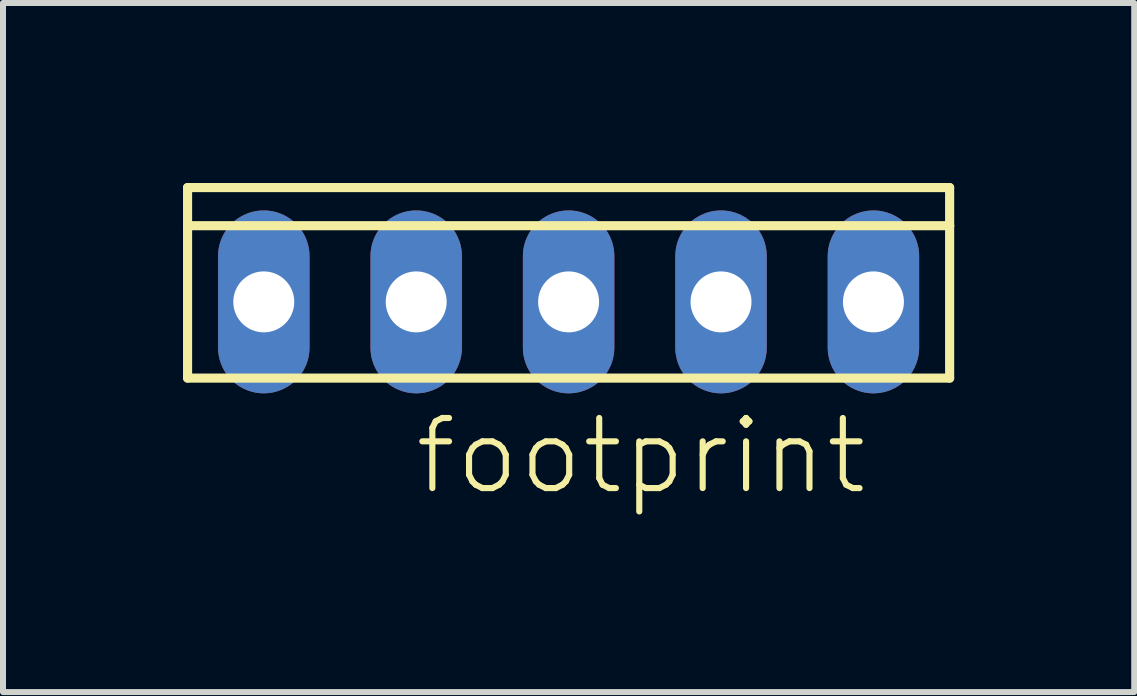
<source format=kicad_pcb>
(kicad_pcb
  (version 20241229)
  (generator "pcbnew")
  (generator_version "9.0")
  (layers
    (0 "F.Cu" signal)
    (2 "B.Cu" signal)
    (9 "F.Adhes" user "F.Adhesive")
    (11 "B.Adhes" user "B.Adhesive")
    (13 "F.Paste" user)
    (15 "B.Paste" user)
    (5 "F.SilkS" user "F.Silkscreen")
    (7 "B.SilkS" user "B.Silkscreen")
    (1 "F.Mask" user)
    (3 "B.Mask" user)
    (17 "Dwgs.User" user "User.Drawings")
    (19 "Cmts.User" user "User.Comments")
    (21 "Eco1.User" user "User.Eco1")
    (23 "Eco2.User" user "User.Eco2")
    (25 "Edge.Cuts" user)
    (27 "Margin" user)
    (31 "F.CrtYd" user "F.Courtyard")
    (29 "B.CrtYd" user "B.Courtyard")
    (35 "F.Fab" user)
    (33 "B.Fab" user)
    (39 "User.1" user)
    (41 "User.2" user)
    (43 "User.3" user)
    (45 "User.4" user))
  (footprint "footprint"
    (layer "F.Cu")
    (at 6.426 1.981)
    (property "Reference" "footprint" (at -2.616 3.251 0) (layer "F.SilkS") (effects (font (size 1.168 1.168) (thickness 0.102)) (justify left bottom)))
    (fp_line (start -6.35 -1.27) (end -6.35 -1.905) (stroke (width 0.152) (type solid)) (layer "F.SilkS"))
    (fp_line (start -6.35 1.27) (end -6.35 -1.27) (stroke (width 0.152) (type solid)) (layer "F.SilkS"))
    (fp_line (start -6.35 1.27) (end 6.35 1.27) (stroke (width 0.152) (type solid)) (layer "F.SilkS"))
    (fp_line (start 6.35 -1.905) (end -6.35 -1.905) (stroke (width 0.152) (type solid)) (layer "F.SilkS"))
    (fp_line (start 6.35 -1.905) (end 6.35 -1.27) (stroke (width 0.152) (type solid)) (layer "F.SilkS"))
    (fp_line (start 6.35 -1.27) (end -6.35 -1.27) (stroke (width 0.152) (type solid)) (layer "F.SilkS"))
    (fp_line (start 6.35 -1.27) (end 6.35 1.27) (stroke (width 0.152) (type solid)) (layer "F.SilkS"))
    (fp_poly (pts (xy -5.334 0.254) (xy -4.826 0.254) (xy -4.826 -0.254) (xy -5.334 -0.254)) (stroke (width 0) (type solid)) (fill yes) (layer "F.SilkS"))
    (fp_poly (pts (xy -2.794 0.254) (xy -2.286 0.254) (xy -2.286 -0.254) (xy -2.794 -0.254)) (stroke (width 0) (type solid)) (fill yes) (layer "F.SilkS"))
    (fp_poly (pts (xy -0.254 0.254) (xy 0.254 0.254) (xy 0.254 -0.254) (xy -0.254 -0.254)) (stroke (width 0) (type solid)) (fill yes) (layer "F.SilkS"))
    (fp_poly (pts (xy 2.286 0.254) (xy 2.794 0.254) (xy 2.794 -0.254) (xy 2.286 -0.254)) (stroke (width 0) (type solid)) (fill yes) (layer "F.SilkS"))
    (fp_poly (pts (xy 4.826 0.254) (xy 5.334 0.254) (xy 5.334 -0.254) (xy 4.826 -0.254)) (stroke (width 0) (type solid)) (fill yes) (layer "F.SilkS"))
    (pad "1" thru_hole oval (at 5.08 0 90) (size 3.048 1.524) (drill 1.016) (layers "*.Cu" "*.Mask"))
    (pad "2" thru_hole oval (at 2.54 0 90) (size 3.048 1.524) (drill 1.016) (layers "*.Cu" "*.Mask"))
    (pad "3" thru_hole oval (at 0 0 90) (size 3.048 1.524) (drill 1.016) (layers "*.Cu" "*.Mask"))
    (pad "4" thru_hole oval (at -2.54 0 90) (size 3.048 1.524) (drill 1.016) (layers "*.Cu" "*.Mask"))
    (pad "5" thru_hole oval (at -5.08 0 90) (size 3.048 1.524) (drill 1.016) (layers "*.Cu" "*.Mask")))
  (gr_rect
    (start -3 -3)
    (end 15.852 8.483)
    (stroke (width 0.1) (type default))
    (fill no)
    (layer "Edge.Cuts")))
</source>
